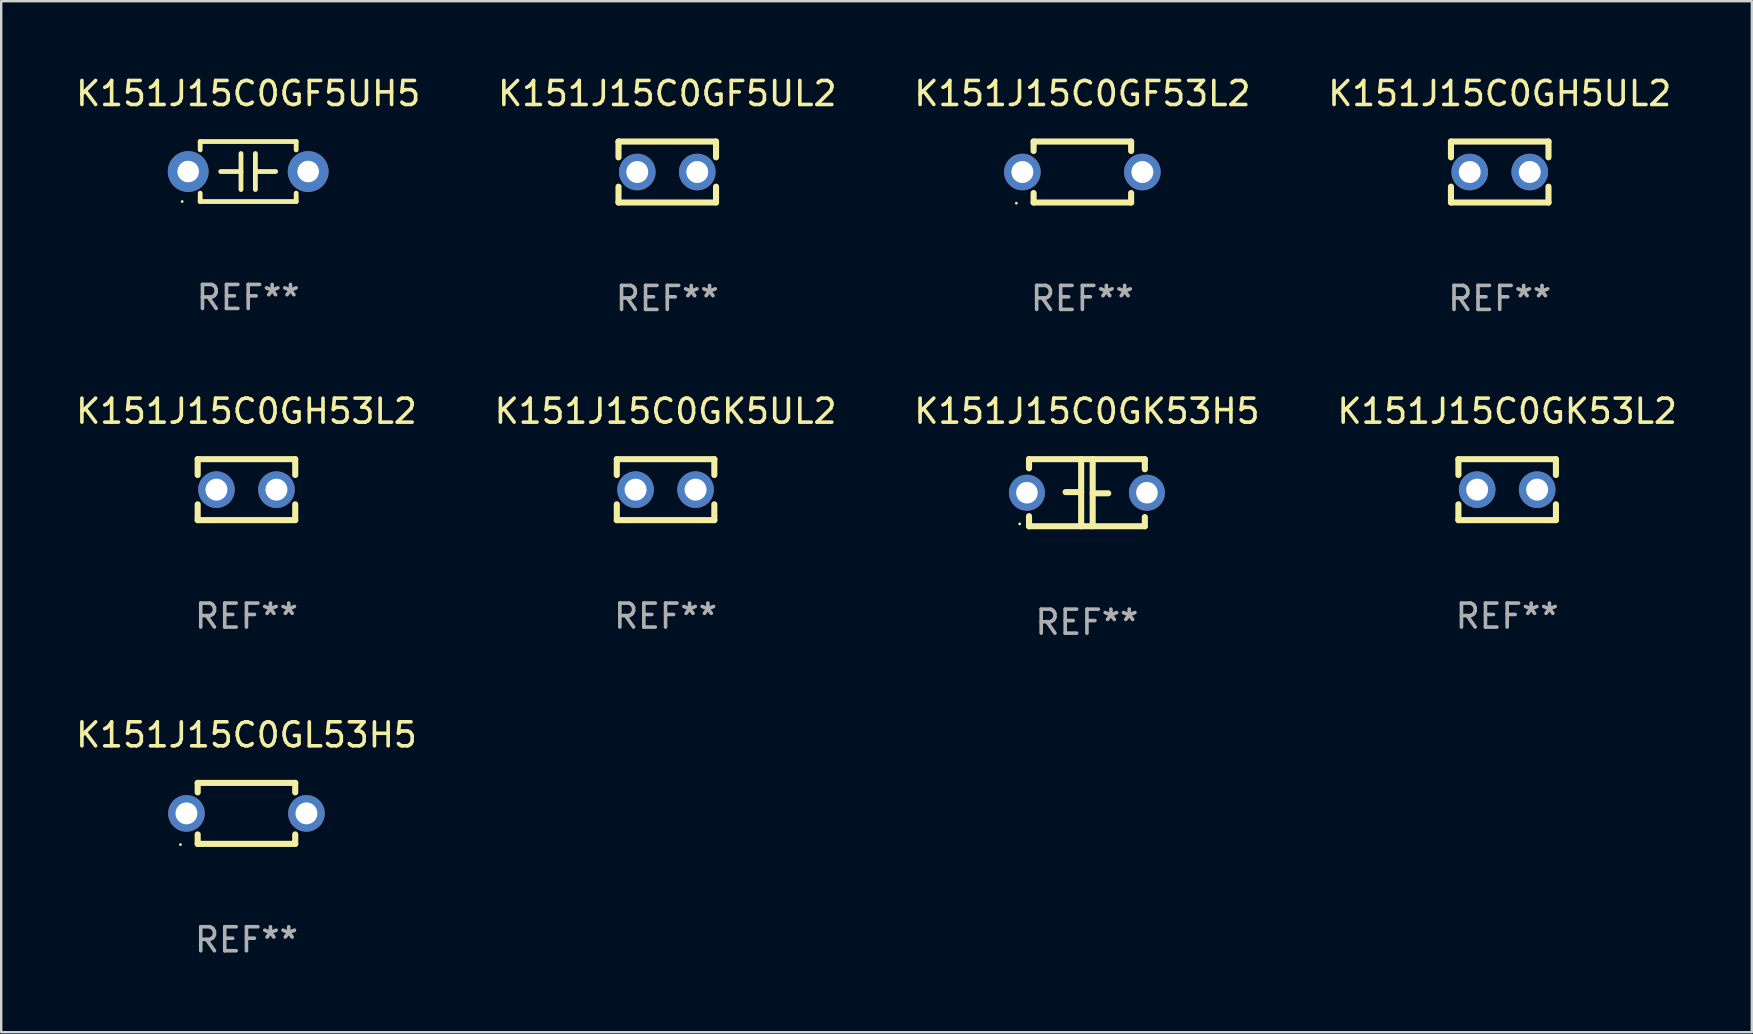
<source format=kicad_pcb>
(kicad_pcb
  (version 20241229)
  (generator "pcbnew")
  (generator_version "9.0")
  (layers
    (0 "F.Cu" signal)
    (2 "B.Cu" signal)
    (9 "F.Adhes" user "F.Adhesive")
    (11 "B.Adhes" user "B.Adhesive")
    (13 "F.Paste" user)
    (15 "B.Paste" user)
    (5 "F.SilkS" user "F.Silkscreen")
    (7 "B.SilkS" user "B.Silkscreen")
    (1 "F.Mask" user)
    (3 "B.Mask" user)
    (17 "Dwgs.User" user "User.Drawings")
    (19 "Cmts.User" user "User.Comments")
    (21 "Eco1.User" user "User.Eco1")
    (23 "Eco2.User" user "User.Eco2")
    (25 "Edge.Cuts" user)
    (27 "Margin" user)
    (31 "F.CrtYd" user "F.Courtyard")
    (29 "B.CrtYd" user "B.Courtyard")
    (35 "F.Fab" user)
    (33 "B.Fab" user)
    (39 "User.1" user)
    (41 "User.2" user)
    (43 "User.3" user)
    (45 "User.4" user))
  (footprint "K151J15C0GH53L2"
    (layer "F.Cu")
    (at 7.22 17.355)
    (property "Reference" "K151J15C0GH53L2" (at 0 -3.27 0) (layer "F.SilkS") (effects (font (size 1 1) (thickness 0.15))))
    (attr through_hole)
    (fp_line (start -2.032 -1.27) (end -2.032 -0.611) (stroke (width 0.254) (type solid)) (layer "F.SilkS"))
    (fp_line (start -2.032 0.611) (end -2.032 1.27) (stroke (width 0.254) (type solid)) (layer "F.SilkS"))
    (fp_line (start -2.032 1.27) (end 2.032 1.27) (stroke (width 0.254) (type solid)) (layer "F.SilkS"))
    (fp_line (start 2.032 -1.27) (end -2.032 -1.27) (stroke (width 0.254) (type solid)) (layer "F.SilkS"))
    (fp_line (start 2.032 -0.611) (end 2.032 -1.27) (stroke (width 0.254) (type solid)) (layer "F.SilkS"))
    (fp_line (start 2.032 1.27) (end 2.032 0.611) (stroke (width 0.254) (type solid)) (layer "F.SilkS"))
    (fp_circle (center -2 1.3) (end -1.97 1.3) (stroke (width 0.06) (type solid)) (fill no) (layer "F.SilkS"))
    (fp_text user "REF**" (at 0 5.27 0) (layer "F.Fab") (effects (font (size 1 1) (thickness 0.15))))
    (pad "1" thru_hole circle (at -1.25 0) (size 1.524 1.524) (drill 0.914) (layers "*.Cu" "*.Mask"))
    (pad "2" thru_hole circle (at 1.25 0) (size 1.524 1.524) (drill 0.914) (layers "*.Cu" "*.Mask")))
  (footprint "K151J15C0GF5UL2"
    (layer "F.Cu")
    (at 24.756 4.118)
    (property "Reference" "K151J15C0GF5UL2" (at 0 -3.27 0) (layer "F.SilkS") (effects (font (size 1 1) (thickness 0.15))))
    (attr through_hole)
    (fp_line (start -2.032 -1.27) (end -2.032 -0.611) (stroke (width 0.254) (type solid)) (layer "F.SilkS"))
    (fp_line (start -2.032 0.611) (end -2.032 1.27) (stroke (width 0.254) (type solid)) (layer "F.SilkS"))
    (fp_line (start -2.032 1.27) (end 2.032 1.27) (stroke (width 0.254) (type solid)) (layer "F.SilkS"))
    (fp_line (start 2.032 -1.27) (end -2.032 -1.27) (stroke (width 0.254) (type solid)) (layer "F.SilkS"))
    (fp_line (start 2.032 -0.611) (end 2.032 -1.27) (stroke (width 0.254) (type solid)) (layer "F.SilkS"))
    (fp_line (start 2.032 1.27) (end 2.032 0.611) (stroke (width 0.254) (type solid)) (layer "F.SilkS"))
    (fp_circle (center -2 1.3) (end -1.97 1.3) (stroke (width 0.06) (type solid)) (fill no) (layer "F.SilkS"))
    (fp_text user "REF**" (at 0 5.27 0) (layer "F.Fab") (effects (font (size 1 1) (thickness 0.15))))
    (pad "1" thru_hole circle (at -1.25 0) (size 1.524 1.524) (drill 0.914) (layers "*.Cu" "*.Mask"))
    (pad "2" thru_hole circle (at 1.25 0) (size 1.524 1.524) (drill 0.914) (layers "*.Cu" "*.Mask")))
  (footprint "K151J15C0GF53L2"
    (layer "F.Cu")
    (at 42.054 4.118)
    (property "Reference" "K151J15C0GF53L2" (at 0 -3.27 0) (layer "F.SilkS") (effects (font (size 1 1) (thickness 0.15))))
    (attr through_hole)
    (fp_line (start -2.032 -1.27) (end -2.032 -0.876) (stroke (width 0.254) (type solid)) (layer "F.SilkS"))
    (fp_line (start -2.032 0.876) (end -2.032 1.27) (stroke (width 0.254) (type solid)) (layer "F.SilkS"))
    (fp_line (start -2.032 1.27) (end 2.032 1.27) (stroke (width 0.254) (type solid)) (layer "F.SilkS"))
    (fp_line (start 2.032 -1.27) (end -2.032 -1.27) (stroke (width 0.254) (type solid)) (layer "F.SilkS"))
    (fp_line (start 2.032 -0.876) (end 2.032 -1.27) (stroke (width 0.254) (type solid)) (layer "F.SilkS"))
    (fp_line (start 2.032 1.27) (end 2.032 0.876) (stroke (width 0.254) (type solid)) (layer "F.SilkS"))
    (fp_circle (center -2.751 1.3) (end -2.721 1.3) (stroke (width 0.06) (type solid)) (fill no) (layer "F.SilkS"))
    (fp_text user "REF**" (at 0 5.27 0) (layer "F.Fab") (effects (font (size 1 1) (thickness 0.15))))
    (pad "1" thru_hole circle (at -2.5 0) (size 1.524 1.524) (drill 0.914) (layers "*.Cu" "*.Mask"))
    (pad "2" thru_hole circle (at 2.5 0) (size 1.524 1.524) (drill 0.914) (layers "*.Cu" "*.Mask")))
  (footprint "K151J15C0GK53L2"
    (layer "F.Cu")
    (at 59.756 17.355)
    (property "Reference" "K151J15C0GK53L2" (at 0 -3.27 0) (layer "F.SilkS") (effects (font (size 1 1) (thickness 0.15))))
    (attr through_hole)
    (fp_line (start -2.032 -1.27) (end -2.032 -0.611) (stroke (width 0.254) (type solid)) (layer "F.SilkS"))
    (fp_line (start -2.032 0.611) (end -2.032 1.27) (stroke (width 0.254) (type solid)) (layer "F.SilkS"))
    (fp_line (start -2.032 1.27) (end 2.032 1.27) (stroke (width 0.254) (type solid)) (layer "F.SilkS"))
    (fp_line (start 2.032 -1.27) (end -2.032 -1.27) (stroke (width 0.254) (type solid)) (layer "F.SilkS"))
    (fp_line (start 2.032 -0.611) (end 2.032 -1.27) (stroke (width 0.254) (type solid)) (layer "F.SilkS"))
    (fp_line (start 2.032 1.27) (end 2.032 0.611) (stroke (width 0.254) (type solid)) (layer "F.SilkS"))
    (fp_circle (center -2 1.3) (end -1.97 1.3) (stroke (width 0.06) (type solid)) (fill no) (layer "F.SilkS"))
    (fp_text user "REF**" (at 0 5.27 0) (layer "F.Fab") (effects (font (size 1 1) (thickness 0.15))))
    (pad "1" thru_hole circle (at -1.25 0) (size 1.524 1.524) (drill 0.914) (layers "*.Cu" "*.Mask"))
    (pad "2" thru_hole circle (at 1.25 0) (size 1.524 1.524) (drill 0.914) (layers "*.Cu" "*.Mask")))
  (footprint "K151J15C0GF5UH5"
    (layer "F.Cu")
    (at 7.292 4.098)
    (property "Reference" "K151J15C0GF5UH5" (at 0 -3.25 0) (layer "F.SilkS") (effects (font (size 1 1) (thickness 0.15))))
    (attr through_hole)
    (fp_line (start -2 -1.25) (end -2 -0.901) (stroke (width 0.2) (type solid)) (layer "F.SilkS"))
    (fp_line (start -2 -1.25) (end 2 -1.25) (stroke (width 0.2) (type solid)) (layer "F.SilkS"))
    (fp_line (start -2 0.901) (end -2 1.25) (stroke (width 0.2) (type solid)) (layer "F.SilkS"))
    (fp_line (start -0.3 -0.75) (end -0.3 0.75) (stroke (width 0.2) (type solid)) (layer "F.SilkS"))
    (fp_line (start -0.3 0.001) (end -1.143 0.001) (stroke (width 0.2) (type solid)) (layer "F.SilkS"))
    (fp_line (start 0.3 -0.001) (end 1.143 -0.001) (stroke (width 0.2) (type solid)) (layer "F.SilkS"))
    (fp_line (start 0.3 0.75) (end 0.3 -0.75) (stroke (width 0.2) (type solid)) (layer "F.SilkS"))
    (fp_line (start 2 -1.25) (end 2 -0.901) (stroke (width 0.2) (type solid)) (layer "F.SilkS"))
    (fp_line (start 2 0.901) (end 2 1.25) (stroke (width 0.2) (type solid)) (layer "F.SilkS"))
    (fp_line (start 2 1.25) (end -2 1.25) (stroke (width 0.2) (type solid)) (layer "F.SilkS"))
    (fp_circle (center -2.75 1.25) (end -2.72 1.25) (stroke (width 0.06) (type solid)) (fill no) (layer "F.SilkS"))
    (fp_text user "REF**" (at 0 5.25 0) (layer "F.Fab") (effects (font (size 1 1) (thickness 0.15))))
    (pad "1" thru_hole circle (at -2.5 0) (size 1.7 1.7) (drill 0.9) (layers "*.Cu" "*.Mask"))
    (pad "2" thru_hole circle (at 2.5 0) (size 1.7 1.7) (drill 0.9) (layers "*.Cu" "*.Mask")))
  (footprint "K151J15C0GK53H5"
    (layer "F.Cu")
    (at 42.244 17.482)
    (property "Reference" "K151J15C0GK53H5" (at 0 -3.397 0) (layer "F.SilkS") (effects (font (size 1 1) (thickness 0.15))))
    (attr through_hole)
    (fp_line (start -2.413 -1.397) (end 2.413 -1.397) (stroke (width 0.254) (type solid)) (layer "F.SilkS"))
    (fp_line (start -2.413 -1.016) (end -2.413 -1.397) (stroke (width 0.254) (type solid)) (layer "F.SilkS"))
    (fp_line (start -2.413 0.977) (end -2.413 1.397) (stroke (width 0.254) (type solid)) (layer "F.SilkS"))
    (fp_line (start -0.24 -0.025) (end -0.889 -0.025) (stroke (width 0.254) (type solid)) (layer "F.SilkS"))
    (fp_line (start -0.24 1.397) (end -0.24 -1.397) (stroke (width 0.254) (type solid)) (layer "F.SilkS"))
    (fp_line (start 0.24 -1.397) (end 0.24 1.397) (stroke (width 0.254) (type solid)) (layer "F.SilkS"))
    (fp_line (start 0.24 0.025) (end 0.889 0.025) (stroke (width 0.254) (type solid)) (layer "F.SilkS"))
    (fp_line (start 2.413 -0.977) (end 2.413 -1.397) (stroke (width 0.254) (type solid)) (layer "F.SilkS"))
    (fp_line (start 2.413 1.016) (end 2.413 1.397) (stroke (width 0.254) (type solid)) (layer "F.SilkS"))
    (fp_line (start 2.413 1.397) (end -2.413 1.397) (stroke (width 0.254) (type solid)) (layer "F.SilkS"))
    (fp_circle (center -2.8 1.3) (end -2.77 1.3) (stroke (width 0.06) (type solid)) (fill no) (layer "F.SilkS"))
    (fp_text user "REF**" (at 0 5.397 0) (layer "F.Fab") (effects (font (size 1 1) (thickness 0.15))))
    (pad "1" thru_hole circle (at -2.5 0) (size 1.5 1.5) (drill 0.9) (layers "*.Cu" "*.Mask"))
    (pad "2" thru_hole circle (at 2.5 0) (size 1.5 1.5) (drill 0.9) (layers "*.Cu" "*.Mask")))
  (footprint "K151J15C0GL53H5"
    (layer "F.Cu")
    (at 7.22 30.845)
    (property "Reference" "K151J15C0GL53H5" (at 0 -3.27 0) (layer "F.SilkS") (effects (font (size 1 1) (thickness 0.15))))
    (attr through_hole)
    (fp_line (start -2.032 -1.27) (end -2.032 -0.876) (stroke (width 0.254) (type solid)) (layer "F.SilkS"))
    (fp_line (start -2.032 0.876) (end -2.032 1.27) (stroke (width 0.254) (type solid)) (layer "F.SilkS"))
    (fp_line (start -2.032 1.27) (end 2.032 1.27) (stroke (width 0.254) (type solid)) (layer "F.SilkS"))
    (fp_line (start 2.032 -1.27) (end -2.032 -1.27) (stroke (width 0.254) (type solid)) (layer "F.SilkS"))
    (fp_line (start 2.032 -0.876) (end 2.032 -1.27) (stroke (width 0.254) (type solid)) (layer "F.SilkS"))
    (fp_line (start 2.032 1.27) (end 2.032 0.876) (stroke (width 0.254) (type solid)) (layer "F.SilkS"))
    (fp_circle (center -2.751 1.3) (end -2.721 1.3) (stroke (width 0.06) (type solid)) (fill no) (layer "F.SilkS"))
    (fp_text user "REF**" (at 0 5.27 0) (layer "F.Fab") (effects (font (size 1 1) (thickness 0.15))))
    (pad "1" thru_hole circle (at -2.5 0) (size 1.524 1.524) (drill 0.914) (layers "*.Cu" "*.Mask"))
    (pad "2" thru_hole circle (at 2.5 0) (size 1.524 1.524) (drill 0.914) (layers "*.Cu" "*.Mask")))
  (footprint "K151J15C0GK5UL2"
    (layer "F.Cu")
    (at 24.685 17.355)
    (property "Reference" "K151J15C0GK5UL2" (at 0 -3.27 0) (layer "F.SilkS") (effects (font (size 1 1) (thickness 0.15))))
    (attr through_hole)
    (fp_line (start -2.032 -1.27) (end -2.032 -0.611) (stroke (width 0.254) (type solid)) (layer "F.SilkS"))
    (fp_line (start -2.032 0.611) (end -2.032 1.27) (stroke (width 0.254) (type solid)) (layer "F.SilkS"))
    (fp_line (start -2.032 1.27) (end 2.032 1.27) (stroke (width 0.254) (type solid)) (layer "F.SilkS"))
    (fp_line (start 2.032 -1.27) (end -2.032 -1.27) (stroke (width 0.254) (type solid)) (layer "F.SilkS"))
    (fp_line (start 2.032 -0.611) (end 2.032 -1.27) (stroke (width 0.254) (type solid)) (layer "F.SilkS"))
    (fp_line (start 2.032 1.27) (end 2.032 0.611) (stroke (width 0.254) (type solid)) (layer "F.SilkS"))
    (fp_circle (center -2 1.3) (end -1.97 1.3) (stroke (width 0.06) (type solid)) (fill no) (layer "F.SilkS"))
    (fp_text user "REF**" (at 0 5.27 0) (layer "F.Fab") (effects (font (size 1 1) (thickness 0.15))))
    (pad "1" thru_hole circle (at -1.25 0) (size 1.524 1.524) (drill 0.914) (layers "*.Cu" "*.Mask"))
    (pad "2" thru_hole circle (at 1.25 0) (size 1.524 1.524) (drill 0.914) (layers "*.Cu" "*.Mask")))
  (footprint "K151J15C0GH5UL2"
    (layer "F.Cu")
    (at 59.446 4.118)
    (property "Reference" "K151J15C0GH5UL2" (at 0 -3.27 0) (layer "F.SilkS") (effects (font (size 1 1) (thickness 0.15))))
    (attr through_hole)
    (fp_line (start -2.032 -1.27) (end -2.032 -0.611) (stroke (width 0.254) (type solid)) (layer "F.SilkS"))
    (fp_line (start -2.032 0.611) (end -2.032 1.27) (stroke (width 0.254) (type solid)) (layer "F.SilkS"))
    (fp_line (start -2.032 1.27) (end 2.032 1.27) (stroke (width 0.254) (type solid)) (layer "F.SilkS"))
    (fp_line (start 2.032 -1.27) (end -2.032 -1.27) (stroke (width 0.254) (type solid)) (layer "F.SilkS"))
    (fp_line (start 2.032 -0.611) (end 2.032 -1.27) (stroke (width 0.254) (type solid)) (layer "F.SilkS"))
    (fp_line (start 2.032 1.27) (end 2.032 0.611) (stroke (width 0.254) (type solid)) (layer "F.SilkS"))
    (fp_circle (center -2 1.3) (end -1.97 1.3) (stroke (width 0.06) (type solid)) (fill no) (layer "F.SilkS"))
    (fp_text user "REF**" (at 0 5.27 0) (layer "F.Fab") (effects (font (size 1 1) (thickness 0.15))))
    (pad "1" thru_hole circle (at -1.25 0) (size 1.524 1.524) (drill 0.914) (layers "*.Cu" "*.Mask"))
    (pad "2" thru_hole circle (at 1.25 0) (size 1.524 1.524) (drill 0.914) (layers "*.Cu" "*.Mask")))
  (gr_rect
    (start -3 -3)
    (end 69.952 39.964)
    (stroke (width 0.1) (type default))
    (fill no)
    (layer "Edge.Cuts")))
</source>
